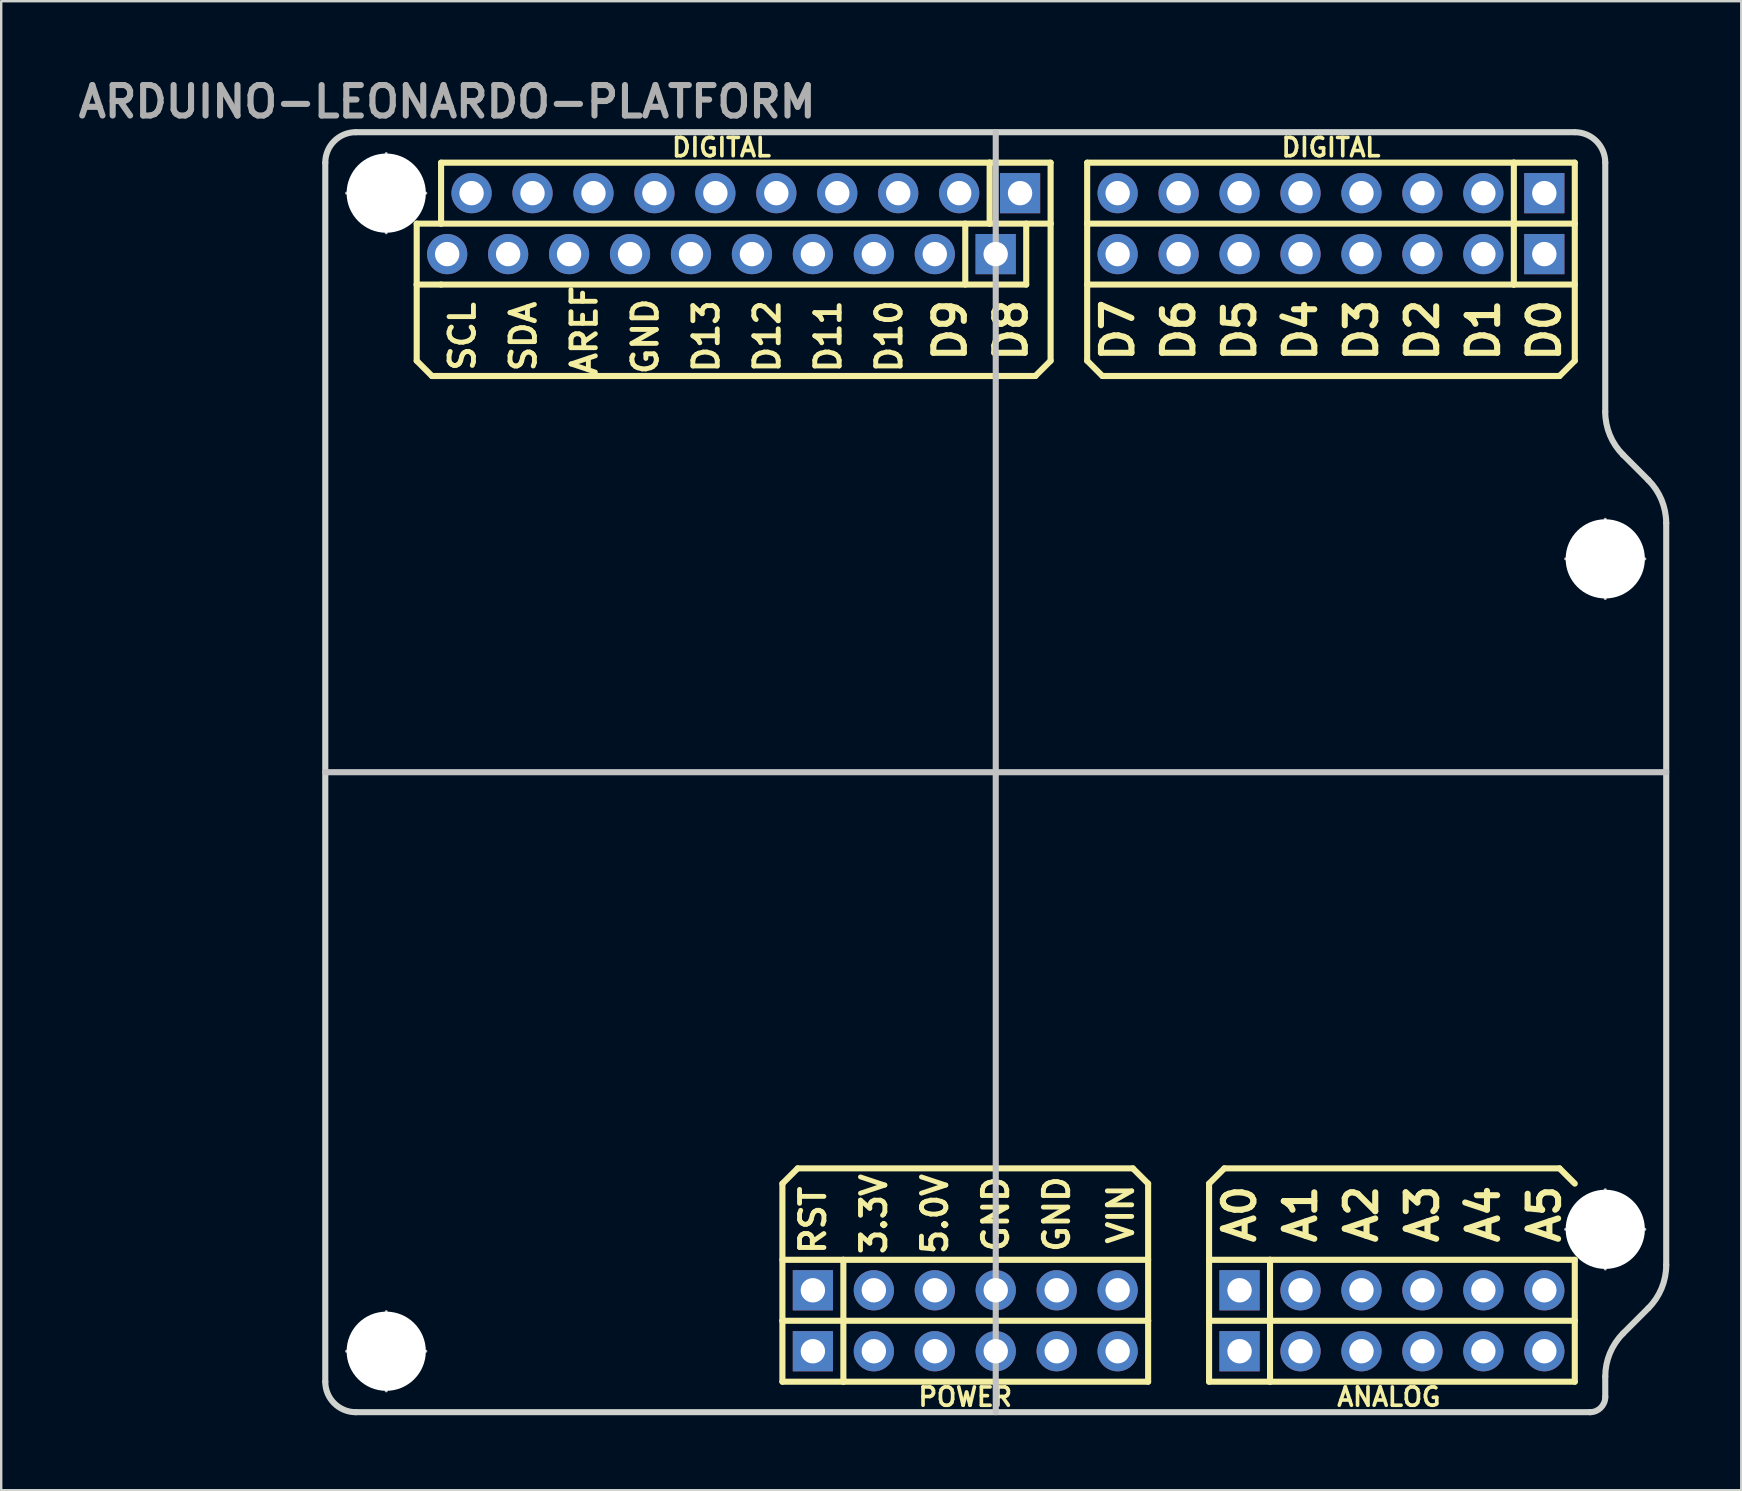
<source format=kicad_pcb>
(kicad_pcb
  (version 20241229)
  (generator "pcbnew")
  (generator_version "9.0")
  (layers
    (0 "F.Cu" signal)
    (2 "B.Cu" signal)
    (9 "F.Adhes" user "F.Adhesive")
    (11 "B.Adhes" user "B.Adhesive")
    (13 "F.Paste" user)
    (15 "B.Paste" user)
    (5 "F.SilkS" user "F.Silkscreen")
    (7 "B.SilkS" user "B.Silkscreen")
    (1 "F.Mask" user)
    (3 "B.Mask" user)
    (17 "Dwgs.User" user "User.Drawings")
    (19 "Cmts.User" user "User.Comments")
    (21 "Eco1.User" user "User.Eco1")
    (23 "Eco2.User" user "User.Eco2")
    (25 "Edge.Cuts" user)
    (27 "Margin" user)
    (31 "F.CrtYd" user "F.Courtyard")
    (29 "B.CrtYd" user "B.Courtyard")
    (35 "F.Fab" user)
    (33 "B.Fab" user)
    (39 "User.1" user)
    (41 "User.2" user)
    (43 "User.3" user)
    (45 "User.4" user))
  (footprint "ARDUINO-LEONARDO-PLATFORM"
    (layer "F.Cu")
    (at 10.505 55.799)
    (property "Reference" "ARDUINO-LEONARDO-PLATFORM" (at 5.08 -54.61 0) (layer "F.Fab") (effects (font (size 1.27 1.27) (thickness 0.254))))
    (attr exclude_from_pos_files exclude_from_bom)
    (fp_line (start 3.81 -49.53) (end 3.81 -46.99) (stroke (width 0.254) (type solid)) (layer "F.SilkS"))
    (fp_line (start 3.81 -46.99) (end 3.81 -43.815) (stroke (width 0.254) (type solid)) (layer "F.SilkS"))
    (fp_line (start 3.81 -46.99) (end 4.826 -46.99) (stroke (width 0.254) (type solid)) (layer "F.SilkS"))
    (fp_line (start 3.81 -43.815) (end 4.445 -43.18) (stroke (width 0.254) (type solid)) (layer "F.SilkS"))
    (fp_line (start 4.826 -52.07) (end 27.686 -52.07) (stroke (width 0.254) (type solid)) (layer "F.SilkS"))
    (fp_line (start 4.826 -49.53) (end 3.81 -49.53) (stroke (width 0.254) (type solid)) (layer "F.SilkS"))
    (fp_line (start 4.826 -49.53) (end 4.826 -52.07) (stroke (width 0.254) (type solid)) (layer "F.SilkS"))
    (fp_line (start 19.05 -9.525) (end 19.685 -10.16) (stroke (width 0.254) (type solid)) (layer "F.SilkS"))
    (fp_line (start 19.05 -6.35) (end 21.59 -6.35) (stroke (width 0.254) (type solid)) (layer "F.SilkS"))
    (fp_line (start 19.05 -3.81) (end 19.05 -9.525) (stroke (width 0.254) (type solid)) (layer "F.SilkS"))
    (fp_line (start 19.05 -3.81) (end 21.59 -3.81) (stroke (width 0.254) (type solid)) (layer "F.SilkS"))
    (fp_line (start 19.05 -1.27) (end 19.05 -3.81) (stroke (width 0.254) (type solid)) (layer "F.SilkS"))
    (fp_line (start 19.685 -10.16) (end 33.655 -10.16) (stroke (width 0.254) (type solid)) (layer "F.SilkS"))
    (fp_line (start 21.59 -6.35) (end 21.59 -3.81) (stroke (width 0.254) (type solid)) (layer "F.SilkS"))
    (fp_line (start 21.59 -6.35) (end 34.29 -6.35) (stroke (width 0.254) (type solid)) (layer "F.SilkS"))
    (fp_line (start 21.59 -3.81) (end 21.59 -1.27) (stroke (width 0.254) (type solid)) (layer "F.SilkS"))
    (fp_line (start 21.59 -3.81) (end 34.29 -3.81) (stroke (width 0.254) (type solid)) (layer "F.SilkS"))
    (fp_line (start 21.59 -1.27) (end 19.05 -1.27) (stroke (width 0.254) (type solid)) (layer "F.SilkS"))
    (fp_line (start 26.67 -46.99) (end 26.67 -49.53) (stroke (width 0.254) (type solid)) (layer "F.SilkS"))
    (fp_line (start 27.686 -52.07) (end 30.226 -52.07) (stroke (width 0.254) (type solid)) (layer "F.SilkS"))
    (fp_line (start 27.686 -49.53) (end 4.826 -49.53) (stroke (width 0.254) (type solid)) (layer "F.SilkS"))
    (fp_line (start 27.686 -49.53) (end 27.686 -52.07) (stroke (width 0.254) (type solid)) (layer "F.SilkS"))
    (fp_line (start 29.21 -46.99) (end 4.826 -46.99) (stroke (width 0.254) (type solid)) (layer "F.SilkS"))
    (fp_line (start 29.21 -46.99) (end 29.21 -49.53) (stroke (width 0.254) (type solid)) (layer "F.SilkS"))
    (fp_line (start 29.591 -43.18) (end 4.445 -43.18) (stroke (width 0.254) (type solid)) (layer "F.SilkS"))
    (fp_line (start 30.226 -52.07) (end 30.226 -49.53) (stroke (width 0.254) (type solid)) (layer "F.SilkS"))
    (fp_line (start 30.226 -49.53) (end 27.686 -49.53) (stroke (width 0.254) (type solid)) (layer "F.SilkS"))
    (fp_line (start 30.226 -49.53) (end 30.226 -43.815) (stroke (width 0.254) (type solid)) (layer "F.SilkS"))
    (fp_line (start 30.226 -43.815) (end 29.591 -43.18) (stroke (width 0.254) (type solid)) (layer "F.SilkS"))
    (fp_line (start 31.75 -52.07) (end 49.53 -52.07) (stroke (width 0.254) (type solid)) (layer "F.SilkS"))
    (fp_line (start 31.75 -49.53) (end 31.75 -52.07) (stroke (width 0.254) (type solid)) (layer "F.SilkS"))
    (fp_line (start 31.75 -49.53) (end 31.75 -43.815) (stroke (width 0.254) (type solid)) (layer "F.SilkS"))
    (fp_line (start 31.75 -43.815) (end 32.385 -43.18) (stroke (width 0.254) (type solid)) (layer "F.SilkS"))
    (fp_line (start 33.655 -10.16) (end 34.29 -9.525) (stroke (width 0.254) (type solid)) (layer "F.SilkS"))
    (fp_line (start 34.29 -3.81) (end 34.29 -9.525) (stroke (width 0.254) (type solid)) (layer "F.SilkS"))
    (fp_line (start 34.29 -3.81) (end 34.29 -1.27) (stroke (width 0.254) (type solid)) (layer "F.SilkS"))
    (fp_line (start 34.29 -1.27) (end 21.59 -1.27) (stroke (width 0.254) (type solid)) (layer "F.SilkS"))
    (fp_line (start 36.83 -9.525) (end 37.465 -10.16) (stroke (width 0.254) (type solid)) (layer "F.SilkS"))
    (fp_line (start 36.83 -6.35) (end 39.37 -6.35) (stroke (width 0.254) (type solid)) (layer "F.SilkS"))
    (fp_line (start 36.83 -3.81) (end 36.83 -9.525) (stroke (width 0.254) (type solid)) (layer "F.SilkS"))
    (fp_line (start 36.83 -3.81) (end 39.37 -3.81) (stroke (width 0.254) (type solid)) (layer "F.SilkS"))
    (fp_line (start 36.83 -1.27) (end 36.83 -3.81) (stroke (width 0.254) (type solid)) (layer "F.SilkS"))
    (fp_line (start 37.465 -10.16) (end 51.435 -10.16) (stroke (width 0.254) (type solid)) (layer "F.SilkS"))
    (fp_line (start 39.37 -6.35) (end 39.37 -3.81) (stroke (width 0.254) (type solid)) (layer "F.SilkS"))
    (fp_line (start 39.37 -6.35) (end 52.07 -6.35) (stroke (width 0.254) (type solid)) (layer "F.SilkS"))
    (fp_line (start 39.37 -3.81) (end 39.37 -1.27) (stroke (width 0.254) (type solid)) (layer "F.SilkS"))
    (fp_line (start 39.37 -3.81) (end 52.07 -3.81) (stroke (width 0.254) (type solid)) (layer "F.SilkS"))
    (fp_line (start 39.37 -1.27) (end 36.83 -1.27) (stroke (width 0.254) (type solid)) (layer "F.SilkS"))
    (fp_line (start 49.53 -52.07) (end 52.07 -52.07) (stroke (width 0.254) (type solid)) (layer "F.SilkS"))
    (fp_line (start 49.53 -49.53) (end 31.75 -49.53) (stroke (width 0.254) (type solid)) (layer "F.SilkS"))
    (fp_line (start 49.53 -49.53) (end 49.53 -52.07) (stroke (width 0.254) (type solid)) (layer "F.SilkS"))
    (fp_line (start 49.53 -46.99) (end 31.75 -46.99) (stroke (width 0.254) (type solid)) (layer "F.SilkS"))
    (fp_line (start 49.53 -46.99) (end 49.53 -49.53) (stroke (width 0.254) (type solid)) (layer "F.SilkS"))
    (fp_line (start 51.435 -43.18) (end 32.385 -43.18) (stroke (width 0.254) (type solid)) (layer "F.SilkS"))
    (fp_line (start 52.07 -52.07) (end 52.07 -49.53) (stroke (width 0.254) (type solid)) (layer "F.SilkS"))
    (fp_line (start 52.07 -49.53) (end 49.53 -49.53) (stroke (width 0.254) (type solid)) (layer "F.SilkS"))
    (fp_line (start 52.07 -49.53) (end 52.07 -43.815) (stroke (width 0.254) (type solid)) (layer "F.SilkS"))
    (fp_line (start 52.07 -46.99) (end 49.53 -46.99) (stroke (width 0.254) (type solid)) (layer "F.SilkS"))
    (fp_line (start 52.07 -43.815) (end 51.435 -43.18) (stroke (width 0.254) (type solid)) (layer "F.SilkS"))
    (fp_line (start 52.07 -9.525) (end 51.435 -10.16) (stroke (width 0.254) (type solid)) (layer "F.SilkS"))
    (fp_line (start 52.07 -3.81) (end 52.07 -6.35) (stroke (width 0.254) (type solid)) (layer "F.SilkS"))
    (fp_line (start 52.07 -3.81) (end 52.07 -1.27) (stroke (width 0.254) (type solid)) (layer "F.SilkS"))
    (fp_line (start 52.07 -1.27) (end 39.37 -1.27) (stroke (width 0.254) (type solid)) (layer "F.SilkS"))
    (fp_line (start 0 -26.67) (end 55.88 -26.67) (stroke (width 0.254) (type solid)) (layer "Dwgs.User"))
    (fp_line (start 0.889 -50.8) (end 4.188 -50.8) (stroke (width 0.127) (type solid)) (layer "Dwgs.User"))
    (fp_line (start 0.889 -2.54) (end 4.188 -2.54) (stroke (width 0.127) (type solid)) (layer "Dwgs.User"))
    (fp_line (start 2.54 -49.149) (end 2.54 -52.448) (stroke (width 0.127) (type solid)) (layer "Dwgs.User"))
    (fp_line (start 2.54 -0.889) (end 2.54 -4.188) (stroke (width 0.127) (type solid)) (layer "Dwgs.User"))
    (fp_line (start 27.94 0) (end 27.94 -53.34) (stroke (width 0.254) (type solid)) (layer "Dwgs.User"))
    (fp_line (start 51.689 -35.56) (end 54.988 -35.56) (stroke (width 0.127) (type solid)) (layer "Dwgs.User"))
    (fp_line (start 51.689 -7.62) (end 54.988 -7.62) (stroke (width 0.127) (type solid)) (layer "Dwgs.User"))
    (fp_line (start 53.34 -33.909) (end 53.34 -37.208) (stroke (width 0.127) (type solid)) (layer "Dwgs.User"))
    (fp_line (start 53.34 -5.969) (end 53.34 -9.268) (stroke (width 0.127) (type solid)) (layer "Dwgs.User"))
    (fp_line (start 0 -1.27) (end 0 -52.07) (stroke (width 0.254) (type solid)) (layer "Edge.Cuts"))
    (fp_line (start 1.27 -53.34) (end 52.07 -53.34) (stroke (width 0.254) (type solid)) (layer "Edge.Cuts"))
    (fp_line (start 52.705 0) (end 1.27 0) (stroke (width 0.254) (type solid)) (layer "Edge.Cuts"))
    (fp_line (start 53.34 -52.07) (end 53.34 -41.692) (stroke (width 0.254) (type solid)) (layer "Edge.Cuts"))
    (fp_line (start 53.34 -1.486) (end 53.34 -0.635) (stroke (width 0.254) (type solid)) (layer "Edge.Cuts"))
    (fp_line (start 54.082 -39.896) (end 55.136 -38.842) (stroke (width 0.254) (type solid)) (layer "Edge.Cuts"))
    (fp_line (start 55.136 -4.336) (end 54.082 -3.282) (stroke (width 0.254) (type solid)) (layer "Edge.Cuts"))
    (fp_line (start 55.88 -37.046) (end 55.88 -6.132) (stroke (width 0.254) (type solid)) (layer "Edge.Cuts"))
    (fp_arc (start 0 -52.07) (mid 0.371974 -52.968026) (end 1.27 -53.34) (stroke (width 0.254) (type solid)) (layer "Edge.Cuts"))
    (fp_arc (start 1.27 0) (mid 0.371974 -0.371974) (end 0 -1.27) (stroke (width 0.254) (type solid)) (layer "Edge.Cuts"))
    (fp_arc (start 52.07 -53.34) (mid 52.968026 -52.968026) (end 53.34 -52.07) (stroke (width 0.254) (type solid)) (layer "Edge.Cuts"))
    (fp_arc (start 53.34 -1.4859) (mid 53.532499 -2.455868) (end 54.080817 -3.278814) (stroke (width 0.254) (type solid)) (layer "Edge.Cuts"))
    (fp_arc (start 53.34 -0.635) (mid 53.154013 -0.185987) (end 52.705 0) (stroke (width 0.254) (type solid)) (layer "Edge.Cuts"))
    (fp_arc (start 54.08168 -39.89578) (mid 53.532202 -40.718613) (end 53.338588 -41.68892) (stroke (width 0.254) (type solid)) (layer "Edge.Cuts"))
    (fp_arc (start 55.13578 -38.84168) (mid 55.685451 -38.019816) (end 55.879613 -37.050332) (stroke (width 0.254) (type solid)) (layer "Edge.Cuts"))
    (fp_arc (start 55.88 -6.13156) (mid 55.687501 -5.161592) (end 55.139183 -4.338646) (stroke (width 0.254) (type solid)) (layer "Edge.Cuts"))
    (fp_text user "D3" (at 43.18 -45.085 270) (layer "F.SilkS") (effects (font (size 1.27 1.27) (thickness 0.254))))
    (fp_text user "DIGITAL" (at 41.91 -52.705 0) (layer "F.SilkS") (effects (font (size 0.762 0.762) (thickness 0.152))))
    (fp_text user "A0" (at 38.1 -8.255 90) (layer "F.SilkS") (effects (font (size 1.27 1.27) (thickness 0.254))))
    (fp_text user "3.3V" (at 22.86 -8.255 90) (layer "F.SilkS") (effects (font (size 1.016 1.016) (thickness 0.203))))
    (fp_text user "5.0V" (at 25.4 -8.255 90) (layer "F.SilkS") (effects (font (size 1.016 1.016) (thickness 0.203))))
    (fp_text user "GND" (at 13.335 -44.831 270) (layer "F.SilkS") (effects (font (size 1.016 1.016) (thickness 0.203))))
    (fp_text user "RST" (at 20.32 -8.001 90) (layer "F.SilkS") (effects (font (size 1.016 1.016) (thickness 0.203))))
    (fp_text user "GND" (at 27.94 -8.255 90) (layer "F.SilkS") (effects (font (size 1.016 1.016) (thickness 0.203))))
    (fp_text user "A3" (at 45.72 -8.255 90) (layer "F.SilkS") (effects (font (size 1.27 1.27) (thickness 0.254))))
    (fp_text user "D13" (at 15.875 -44.831 270) (layer "F.SilkS") (effects (font (size 1.016 1.016) (thickness 0.203))))
    (fp_text user "D10" (at 23.495 -44.831 270) (layer "F.SilkS") (effects (font (size 1.016 1.016) (thickness 0.203))))
    (fp_text user "A1" (at 40.64 -8.255 90) (layer "F.SilkS") (effects (font (size 1.27 1.27) (thickness 0.254))))
    (fp_text user "SCL" (at 5.715 -44.831 270) (layer "F.SilkS") (effects (font (size 1.016 1.016) (thickness 0.203))))
    (fp_text user "D9" (at 26.035 -45.085 270) (layer "F.SilkS") (effects (font (size 1.27 1.27) (thickness 0.254))))
    (fp_text user "D0" (at 50.8 -45.085 270) (layer "F.SilkS") (effects (font (size 1.27 1.27) (thickness 0.254))))
    (fp_text user "D1" (at 48.26 -45.085 270) (layer "F.SilkS") (effects (font (size 1.27 1.27) (thickness 0.254))))
    (fp_text user "DIGITAL" (at 16.51 -52.705 0) (layer "F.SilkS") (effects (font (size 0.762 0.762) (thickness 0.152))))
    (fp_text user "GND" (at 30.48 -8.255 90) (layer "F.SilkS") (effects (font (size 1.016 1.016) (thickness 0.203))))
    (fp_text user "D8" (at 28.575 -45.085 270) (layer "F.SilkS") (effects (font (size 1.27 1.27) (thickness 0.254))))
    (fp_text user "A2" (at 43.18 -8.255 90) (layer "F.SilkS") (effects (font (size 1.27 1.27) (thickness 0.254))))
    (fp_text user "SDA" (at 8.255 -44.831 90) (layer "F.SilkS") (effects (font (size 1.016 1.016) (thickness 0.203))))
    (fp_text user "A4" (at 48.26 -8.255 90) (layer "F.SilkS") (effects (font (size 1.27 1.27) (thickness 0.254))))
    (fp_text user "D12" (at 18.415 -44.831 270) (layer "F.SilkS") (effects (font (size 1.016 1.016) (thickness 0.203))))
    (fp_text user "AREF" (at 10.795 -45.085 90) (layer "F.SilkS") (effects (font (size 1.016 1.016) (thickness 0.203))))
    (fp_text user "D5" (at 38.1 -45.085 270) (layer "F.SilkS") (effects (font (size 1.27 1.27) (thickness 0.254))))
    (fp_text user "VIN" (at 33.147 -8.255 90) (layer "F.SilkS") (effects (font (size 1.016 1.016) (thickness 0.203))))
    (fp_text user "D4" (at 40.64 -45.085 270) (layer "F.SilkS") (effects (font (size 1.27 1.27) (thickness 0.254))))
    (fp_text user "D7" (at 33.02 -45.085 270) (layer "F.SilkS") (effects (font (size 1.27 1.27) (thickness 0.254))))
    (fp_text user "D6" (at 35.56 -45.085 270) (layer "F.SilkS") (effects (font (size 1.27 1.27) (thickness 0.254))))
    (fp_text user "A5" (at 50.8 -8.255 90) (layer "F.SilkS") (effects (font (size 1.27 1.27) (thickness 0.254))))
    (fp_text user "ANALOG" (at 44.323 -0.635 180) (layer "F.SilkS") (effects (font (size 0.762 0.762) (thickness 0.152))))
    (fp_text user "D11" (at 20.955 -44.831 270) (layer "F.SilkS") (effects (font (size 1.016 1.016) (thickness 0.203))))
    (fp_text user "POWER" (at 26.67 -0.635 180) (layer "F.SilkS") (effects (font (size 0.762 0.762) (thickness 0.152))))
    (fp_text user "D2" (at 45.72 -45.085 270) (layer "F.SilkS") (effects (font (size 1.27 1.27) (thickness 0.254))))
    (pad "" np_thru_hole circle (at 2.54 -50.8) (size 3.3 3.3) (drill 3.3) (layers "*.Cu" "*.Mask"))
    (pad "" np_thru_hole circle (at 2.54 -2.54) (size 3.3 3.3) (drill 3.3) (layers "*.Cu" "*.Mask"))
    (pad "" np_thru_hole circle (at 53.34 -35.56) (size 3.3 3.3) (drill 3.3) (layers "*.Cu" "*.Mask"))
    (pad "" np_thru_hole circle (at 53.34 -7.62) (size 3.3 3.3) (drill 3.3) (layers "*.Cu" "*.Mask"))
    (pad "1" thru_hole rect (at 20.32 -5.08) (size 1.676 1.676) (drill 1.016) (layers "*.Cu" "*.Mask"))
    (pad "1" thru_hole rect (at 20.32 -2.54) (size 1.676 1.676) (drill 1.016) (layers "*.Cu" "*.Mask"))
    (pad "2" thru_hole circle (at 22.86 -5.08) (size 1.676 1.676) (drill 1.016) (layers "*.Cu" "*.Mask"))
    (pad "2" thru_hole circle (at 22.86 -2.54) (size 1.676 1.676) (drill 1.016) (layers "*.Cu" "*.Mask"))
    (pad "3" thru_hole circle (at 25.4 -5.08) (size 1.676 1.676) (drill 1.016) (layers "*.Cu" "*.Mask"))
    (pad "3" thru_hole circle (at 25.4 -2.54) (size 1.676 1.676) (drill 1.016) (layers "*.Cu" "*.Mask"))
    (pad "4" thru_hole circle (at 27.94 -5.08) (size 1.676 1.676) (drill 1.016) (layers "*.Cu" "*.Mask"))
    (pad "4" thru_hole circle (at 27.94 -2.54) (size 1.676 1.676) (drill 1.016) (layers "*.Cu" "*.Mask"))
    (pad "5" thru_hole circle (at 30.48 -5.08) (size 1.676 1.676) (drill 1.016) (layers "*.Cu" "*.Mask"))
    (pad "5" thru_hole circle (at 30.48 -2.54) (size 1.676 1.676) (drill 1.016) (layers "*.Cu" "*.Mask"))
    (pad "6" thru_hole circle (at 33.02 -5.08) (size 1.676 1.676) (drill 1.016) (layers "*.Cu" "*.Mask"))
    (pad "6" thru_hole circle (at 33.02 -2.54) (size 1.676 1.676) (drill 1.016) (layers "*.Cu" "*.Mask"))
    (pad "7" thru_hole rect (at 38.1 -5.08) (size 1.676 1.676) (drill 1.016) (layers "*.Cu" "*.Mask"))
    (pad "7" thru_hole rect (at 38.1 -2.54) (size 1.676 1.676) (drill 1.016) (layers "*.Cu" "*.Mask"))
    (pad "8" thru_hole circle (at 40.64 -5.08) (size 1.676 1.676) (drill 1.016) (layers "*.Cu" "*.Mask"))
    (pad "8" thru_hole circle (at 40.64 -2.54) (size 1.676 1.676) (drill 1.016) (layers "*.Cu" "*.Mask"))
    (pad "9" thru_hole circle (at 43.18 -5.08) (size 1.676 1.676) (drill 1.016) (layers "*.Cu" "*.Mask"))
    (pad "9" thru_hole circle (at 43.18 -2.54) (size 1.676 1.676) (drill 1.016) (layers "*.Cu" "*.Mask"))
    (pad "10" thru_hole circle (at 45.72 -5.08) (size 1.676 1.676) (drill 1.016) (layers "*.Cu" "*.Mask"))
    (pad "10" thru_hole circle (at 45.72 -2.54) (size 1.676 1.676) (drill 1.016) (layers "*.Cu" "*.Mask"))
    (pad "11" thru_hole circle (at 48.26 -5.08) (size 1.676 1.676) (drill 1.016) (layers "*.Cu" "*.Mask"))
    (pad "11" thru_hole circle (at 48.26 -2.54) (size 1.676 1.676) (drill 1.016) (layers "*.Cu" "*.Mask"))
    (pad "12" thru_hole circle (at 50.8 -5.08) (size 1.676 1.676) (drill 1.016) (layers "*.Cu" "*.Mask"))
    (pad "12" thru_hole circle (at 50.8 -2.54) (size 1.676 1.676) (drill 1.016) (layers "*.Cu" "*.Mask"))
    (pad "13" thru_hole rect (at 50.8 -50.8) (size 1.676 1.676) (drill 1.016) (layers "*.Cu" "*.Mask"))
    (pad "13" thru_hole rect (at 50.8 -48.26) (size 1.676 1.676) (drill 1.016) (layers "*.Cu" "*.Mask"))
    (pad "14" thru_hole circle (at 48.26 -50.8) (size 1.676 1.676) (drill 1.016) (layers "*.Cu" "*.Mask"))
    (pad "14" thru_hole circle (at 48.26 -48.26) (size 1.676 1.676) (drill 1.016) (layers "*.Cu" "*.Mask"))
    (pad "15" thru_hole circle (at 45.72 -50.8) (size 1.676 1.676) (drill 1.016) (layers "*.Cu" "*.Mask"))
    (pad "15" thru_hole circle (at 45.72 -48.26) (size 1.676 1.676) (drill 1.016) (layers "*.Cu" "*.Mask"))
    (pad "16" thru_hole circle (at 43.18 -50.8) (size 1.676 1.676) (drill 1.016) (layers "*.Cu" "*.Mask"))
    (pad "16" thru_hole circle (at 43.18 -48.26) (size 1.676 1.676) (drill 1.016) (layers "*.Cu" "*.Mask"))
    (pad "17" thru_hole circle (at 40.64 -50.8) (size 1.676 1.676) (drill 1.016) (layers "*.Cu" "*.Mask"))
    (pad "17" thru_hole circle (at 40.64 -48.26) (size 1.676 1.676) (drill 1.016) (layers "*.Cu" "*.Mask"))
    (pad "18" thru_hole circle (at 38.1 -50.8) (size 1.676 1.676) (drill 1.016) (layers "*.Cu" "*.Mask"))
    (pad "18" thru_hole circle (at 38.1 -48.26) (size 1.676 1.676) (drill 1.016) (layers "*.Cu" "*.Mask"))
    (pad "19" thru_hole circle (at 35.56 -50.8) (size 1.676 1.676) (drill 1.016) (layers "*.Cu" "*.Mask"))
    (pad "19" thru_hole circle (at 35.56 -48.26) (size 1.676 1.676) (drill 1.016) (layers "*.Cu" "*.Mask"))
    (pad "20" thru_hole circle (at 33.02 -50.8) (size 1.676 1.676) (drill 1.016) (layers "*.Cu" "*.Mask"))
    (pad "20" thru_hole circle (at 33.02 -48.26) (size 1.676 1.676) (drill 1.016) (layers "*.Cu" "*.Mask"))
    (pad "21" thru_hole rect (at 27.937 -48.26) (size 1.676 1.676) (drill 1.016) (layers "*.Cu" "*.Mask"))
    (pad "21" thru_hole rect (at 28.953 -50.8) (size 1.676 1.676) (drill 1.016) (layers "*.Cu" "*.Mask"))
    (pad "22" thru_hole circle (at 25.4 -48.26) (size 1.676 1.676) (drill 1.016) (layers "*.Cu" "*.Mask"))
    (pad "22" thru_hole circle (at 26.416 -50.8) (size 1.676 1.676) (drill 1.016) (layers "*.Cu" "*.Mask"))
    (pad "23" thru_hole circle (at 22.86 -48.26) (size 1.676 1.676) (drill 1.016) (layers "*.Cu" "*.Mask"))
    (pad "23" thru_hole circle (at 23.876 -50.8) (size 1.676 1.676) (drill 1.016) (layers "*.Cu" "*.Mask"))
    (pad "24" thru_hole circle (at 20.32 -48.26) (size 1.676 1.676) (drill 1.016) (layers "*.Cu" "*.Mask"))
    (pad "24" thru_hole circle (at 21.336 -50.8) (size 1.676 1.676) (drill 1.016) (layers "*.Cu" "*.Mask"))
    (pad "25" thru_hole circle (at 17.78 -48.26) (size 1.676 1.676) (drill 1.016) (layers "*.Cu" "*.Mask"))
    (pad "25" thru_hole circle (at 18.796 -50.8) (size 1.676 1.676) (drill 1.016) (layers "*.Cu" "*.Mask"))
    (pad "26" thru_hole circle (at 15.24 -48.26) (size 1.676 1.676) (drill 1.016) (layers "*.Cu" "*.Mask"))
    (pad "26" thru_hole circle (at 16.256 -50.8) (size 1.676 1.676) (drill 1.016) (layers "*.Cu" "*.Mask"))
    (pad "27" thru_hole circle (at 12.7 -48.26) (size 1.676 1.676) (drill 1.016) (layers "*.Cu" "*.Mask"))
    (pad "27" thru_hole circle (at 13.716 -50.8) (size 1.676 1.676) (drill 1.016) (layers "*.Cu" "*.Mask"))
    (pad "28" thru_hole circle (at 10.16 -48.26) (size 1.676 1.676) (drill 1.016) (layers "*.Cu" "*.Mask"))
    (pad "28" thru_hole circle (at 11.176 -50.8) (size 1.676 1.676) (drill 1.016) (layers "*.Cu" "*.Mask"))
    (pad "29" thru_hole circle (at 7.62 -48.26) (size 1.676 1.676) (drill 1.016) (layers "*.Cu" "*.Mask"))
    (pad "29" thru_hole circle (at 8.636 -50.8) (size 1.676 1.676) (drill 1.016) (layers "*.Cu" "*.Mask"))
    (pad "30" thru_hole circle (at 5.08 -48.26) (size 1.676 1.676) (drill 1.016) (layers "*.Cu" "*.Mask"))
    (pad "30" thru_hole circle (at 6.096 -50.8) (size 1.676 1.676) (drill 1.016) (layers "*.Cu" "*.Mask")))
  (gr_rect
    (start -3 -3)
    (end 69.512 59.049)
    (stroke (width 0.1) (type default))
    (fill no)
    (layer "Edge.Cuts")))
</source>
